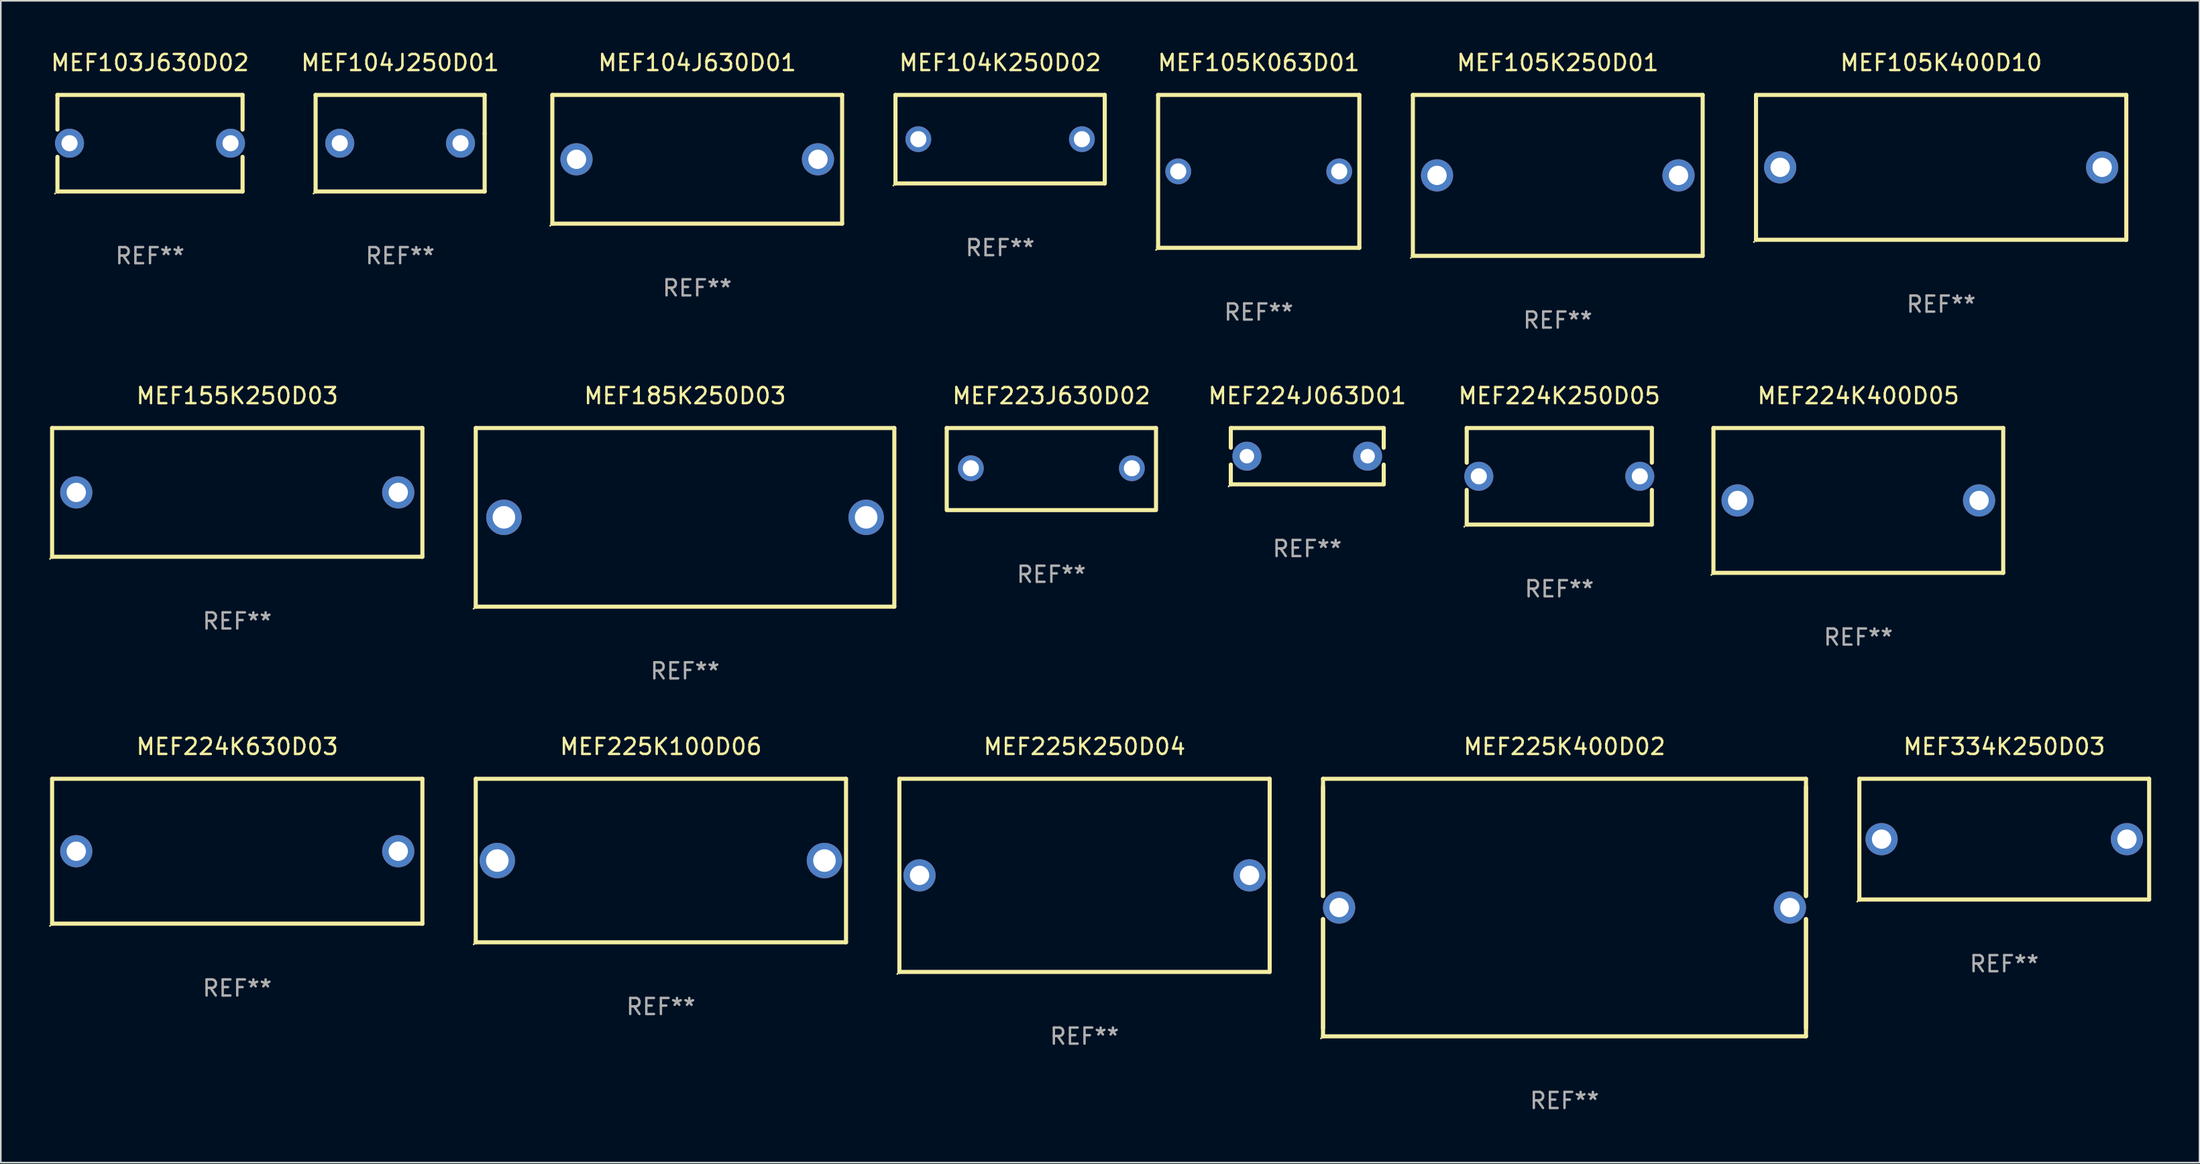
<source format=kicad_pcb>
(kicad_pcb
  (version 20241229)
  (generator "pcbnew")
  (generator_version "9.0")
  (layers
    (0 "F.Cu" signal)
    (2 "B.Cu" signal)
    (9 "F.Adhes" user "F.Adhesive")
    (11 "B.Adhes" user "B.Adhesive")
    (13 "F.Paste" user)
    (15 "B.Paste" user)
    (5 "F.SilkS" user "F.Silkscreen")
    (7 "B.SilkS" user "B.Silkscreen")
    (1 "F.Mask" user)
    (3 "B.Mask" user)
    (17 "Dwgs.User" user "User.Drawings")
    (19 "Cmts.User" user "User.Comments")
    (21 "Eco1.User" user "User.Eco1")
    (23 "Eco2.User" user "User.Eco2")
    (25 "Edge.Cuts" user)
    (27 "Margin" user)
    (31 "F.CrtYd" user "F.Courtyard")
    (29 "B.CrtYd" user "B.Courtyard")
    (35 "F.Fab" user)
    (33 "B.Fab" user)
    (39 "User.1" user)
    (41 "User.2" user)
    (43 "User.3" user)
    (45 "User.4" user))
  (footprint "MEF104J630D01"
    (layer "F.Cu")
    (at 40.258 6.848)
    (property "Reference" "MEF104J630D01" (at 0 -6 0) (layer "F.SilkS") (effects (font (size 1 1) (thickness 0.15))))
    (attr through_hole)
    (fp_line (start -9 -4) (end 9 -4) (stroke (width 0.254) (type solid)) (layer "F.SilkS"))
    (fp_line (start -9 4) (end -9 -4) (stroke (width 0.254) (type solid)) (layer "F.SilkS"))
    (fp_line (start 9 -4) (end 9 4) (stroke (width 0.254) (type solid)) (layer "F.SilkS"))
    (fp_line (start 9 4) (end -9 4) (stroke (width 0.254) (type solid)) (layer "F.SilkS"))
    (fp_circle (center -9.127 4.127) (end -9.097 4.127) (stroke (width 0.06) (type solid)) (fill no) (layer "F.SilkS"))
    (fp_text user "REF**" (at 0 8 0) (layer "F.Fab") (effects (font (size 1 1) (thickness 0.15))))
    (pad "1" thru_hole circle (at -7.5 0) (size 2 2) (drill 1.2) (layers "*.Cu" "*.Mask"))
    (pad "2" thru_hole circle (at 7.5 0) (size 2 2) (drill 1.2) (layers "*.Cu" "*.Mask")))
  (footprint "MEF105K063D01"
    (layer "F.Cu")
    (at 75.136 7.598)
    (property "Reference" "MEF105K063D01" (at 0 -6.75 0) (layer "F.SilkS") (effects (font (size 1 1) (thickness 0.15))))
    (attr through_hole)
    (fp_line (start -6.25 -4.75) (end 6.25 -4.75) (stroke (width 0.254) (type solid)) (layer "F.SilkS"))
    (fp_line (start -6.25 -4.75) (end -6.25 4.75) (stroke (width 0.254) (type solid)) (layer "F.SilkS"))
    (fp_line (start -6.25 4.75) (end 6.25 4.75) (stroke (width 0.254) (type solid)) (layer "F.SilkS"))
    (fp_line (start 6.25 -4.75) (end 6.25 4.75) (stroke (width 0.254) (type solid)) (layer "F.SilkS"))
    (fp_circle (center -6.377 4.877) (end -6.347 4.877) (stroke (width 0.06) (type solid)) (fill no) (layer "F.SilkS"))
    (fp_text user "REF**" (at 0 8.75 0) (layer "F.Fab") (effects (font (size 1 1) (thickness 0.15))))
    (pad "1" thru_hole circle (at -5 0) (size 1.6 1.6) (drill 1) (layers "*.Cu" "*.Mask"))
    (pad "2" thru_hole circle (at 5 0) (size 1.6 1.6) (drill 1) (layers "*.Cu" "*.Mask")))
  (footprint "MEF104J250D01"
    (layer "F.Cu")
    (at 21.804 5.848)
    (property "Reference" "MEF104J250D01" (at 0 -5 0) (layer "F.SilkS") (effects (font (size 1 1) (thickness 0.15))))
    (attr through_hole)
    (fp_line (start -5.25 -3) (end 5.25 -3) (stroke (width 0.254) (type solid)) (layer "F.SilkS"))
    (fp_line (start -5.25 3) (end -5.25 -3) (stroke (width 0.254) (type solid)) (layer "F.SilkS"))
    (fp_line (start 5.25 -0.591) (end 5.25 -3) (stroke (width 0.254) (type solid)) (layer "F.SilkS"))
    (fp_line (start 5.25 3) (end 5.25 -0.591) (stroke (width 0.254) (type solid)) (layer "F.SilkS"))
    (fp_line (start 5.25 3) (end -5.25 3) (stroke (width 0.254) (type solid)) (layer "F.SilkS"))
    (fp_circle (center -5.377 3.127) (end -5.347 3.127) (stroke (width 0.06) (type solid)) (fill no) (layer "F.SilkS"))
    (fp_text user "REF**" (at 0 7 0) (layer "F.Fab") (effects (font (size 1 1) (thickness 0.15))))
    (pad "1" thru_hole circle (at -3.75 0) (size 1.8 1.8) (drill 1) (layers "*.Cu" "*.Mask"))
    (pad "2" thru_hole circle (at 3.75 0) (size 1.8 1.8) (drill 1) (layers "*.Cu" "*.Mask")))
  (footprint "MEF225K100D06"
    (layer "F.Cu")
    (at 38.001 50.421)
    (property "Reference" "MEF225K100D06" (at 0 -7.08 0) (layer "F.SilkS") (effects (font (size 1 1) (thickness 0.15))))
    (attr through_hole)
    (fp_line (start -11.5 -5.08) (end -11.5 5.08) (stroke (width 0.254) (type solid)) (layer "F.SilkS"))
    (fp_line (start -11.5 -5.08) (end 11.5 -5.08) (stroke (width 0.254) (type solid)) (layer "F.SilkS"))
    (fp_line (start 11.5 5.08) (end -11.5 5.08) (stroke (width 0.254) (type solid)) (layer "F.SilkS"))
    (fp_line (start 11.5 5.08) (end 11.5 -5.08) (stroke (width 0.254) (type solid)) (layer "F.SilkS"))
    (fp_circle (center -11.627 5.207) (end -11.597 5.207) (stroke (width 0.06) (type solid)) (fill no) (layer "F.SilkS"))
    (fp_text user "REF**" (at 0 9.08 0) (layer "F.Fab") (effects (font (size 1 1) (thickness 0.15))))
    (pad "1" thru_hole circle (at -10.16 0) (size 2.2 2.2) (drill 1.4) (layers "*.Cu" "*.Mask"))
    (pad "2" thru_hole circle (at 10.16 0) (size 2.2 2.2) (drill 1.4) (layers "*.Cu" "*.Mask")))
  (footprint "MEF103J630D02"
    (layer "F.Cu")
    (at 6.268 5.848)
    (property "Reference" "MEF103J630D02" (at 0 -5 0) (layer "F.SilkS") (effects (font (size 1 1) (thickness 0.15))))
    (attr through_hole)
    (fp_line (start -5.75 -3) (end -5.75 -0.845) (stroke (width 0.254) (type solid)) (layer "F.SilkS"))
    (fp_line (start -5.75 -3) (end 5.75 -3) (stroke (width 0.254) (type solid)) (layer "F.SilkS"))
    (fp_line (start -5.75 0.845) (end -5.75 3) (stroke (width 0.254) (type solid)) (layer "F.SilkS"))
    (fp_line (start 5.75 -3) (end 5.75 -0.847) (stroke (width 0.254) (type solid)) (layer "F.SilkS"))
    (fp_line (start 5.75 0.847) (end 5.75 3) (stroke (width 0.254) (type solid)) (layer "F.SilkS"))
    (fp_line (start 5.75 3) (end -5.75 3) (stroke (width 0.254) (type solid)) (layer "F.SilkS"))
    (fp_circle (center -5.899 3.127) (end -5.869 3.127) (stroke (width 0.06) (type solid)) (fill no) (layer "F.SilkS"))
    (fp_text user "REF**" (at 0 7 0) (layer "F.Fab") (effects (font (size 1 1) (thickness 0.15))))
    (pad "1" thru_hole circle (at -4.999 0) (size 1.8 1.8) (drill 1) (layers "*.Cu" "*.Mask"))
    (pad "2" thru_hole circle (at 5.001 0) (size 1.8 1.8) (drill 1) (layers "*.Cu" "*.Mask")))
  (footprint "MEF334K250D03"
    (layer "F.Cu")
    (at 121.443 49.091)
    (property "Reference" "MEF334K250D03" (at 0 -5.75 0) (layer "F.SilkS") (effects (font (size 1 1) (thickness 0.15))))
    (attr through_hole)
    (fp_line (start -9 -3.75) (end 9 -3.75) (stroke (width 0.254) (type solid)) (layer "F.SilkS"))
    (fp_line (start -9 3.75) (end -9 -3.75) (stroke (width 0.254) (type solid)) (layer "F.SilkS"))
    (fp_line (start 9 -3.75) (end 9 3.75) (stroke (width 0.254) (type solid)) (layer "F.SilkS"))
    (fp_line (start 9 3.75) (end -9 3.75) (stroke (width 0.254) (type solid)) (layer "F.SilkS"))
    (fp_circle (center -9.127 3.877) (end -9.097 3.877) (stroke (width 0.06) (type solid)) (fill no) (layer "F.SilkS"))
    (fp_text user "REF**" (at 0 7.75 0) (layer "F.Fab") (effects (font (size 1 1) (thickness 0.15))))
    (pad "1" thru_hole circle (at -7.62 0) (size 2 2) (drill 1.2) (layers "*.Cu" "*.Mask"))
    (pad "2" thru_hole circle (at 7.62 0) (size 2 2) (drill 1.2) (layers "*.Cu" "*.Mask")))
  (footprint "MEF224K400D05"
    (layer "F.Cu")
    (at 112.379 28.045)
    (property "Reference" "MEF224K400D05" (at 0 -6.5 0) (layer "F.SilkS") (effects (font (size 1 1) (thickness 0.15))))
    (attr through_hole)
    (fp_line (start -9 -4.5) (end 9 -4.5) (stroke (width 0.254) (type solid)) (layer "F.SilkS"))
    (fp_line (start -9 4.5) (end -9 -4.5) (stroke (width 0.254) (type solid)) (layer "F.SilkS"))
    (fp_line (start 9 -4.5) (end 9 4.5) (stroke (width 0.254) (type solid)) (layer "F.SilkS"))
    (fp_line (start 9 4.5) (end -9 4.5) (stroke (width 0.254) (type solid)) (layer "F.SilkS"))
    (fp_circle (center -9.127 4.627) (end -9.097 4.627) (stroke (width 0.06) (type solid)) (fill no) (layer "F.SilkS"))
    (fp_text user "REF**" (at 0 8.5 0) (layer "F.Fab") (effects (font (size 1 1) (thickness 0.15))))
    (pad "1" thru_hole circle (at -7.5 -0.000127) (size 2 2) (drill 1.2) (layers "*.Cu" "*.Mask"))
    (pad "2" thru_hole circle (at 7.5 -0.000127) (size 2 2) (drill 1.2) (layers "*.Cu" "*.Mask")))
  (footprint "MEF104K250D02"
    (layer "F.Cu")
    (at 59.072 5.598)
    (property "Reference" "MEF104K250D02" (at 0 -4.75 0) (layer "F.SilkS") (effects (font (size 1 1) (thickness 0.15))))
    (attr through_hole)
    (fp_line (start -6.5 -2.75) (end 6.5 -2.75) (stroke (width 0.254) (type solid)) (layer "F.SilkS"))
    (fp_line (start -6.5 2.75) (end -6.5 -2.75) (stroke (width 0.254) (type solid)) (layer "F.SilkS"))
    (fp_line (start 6.5 -2.75) (end 6.5 2.75) (stroke (width 0.254) (type solid)) (layer "F.SilkS"))
    (fp_line (start 6.5 2.75) (end -6.5 2.75) (stroke (width 0.254) (type solid)) (layer "F.SilkS"))
    (fp_circle (center -6.627 2.877) (end -6.597 2.877) (stroke (width 0.06) (type solid)) (fill no) (layer "F.SilkS"))
    (fp_text user "REF**" (at 0 6.75 0) (layer "F.Fab") (effects (font (size 1 1) (thickness 0.15))))
    (pad "1" thru_hole circle (at -5.08 -0.000013) (size 1.6 1.6) (drill 1) (layers "*.Cu" "*.Mask"))
    (pad "2" thru_hole circle (at 5.08 -0.000013) (size 1.6 1.6) (drill 1) (layers "*.Cu" "*.Mask")))
  (footprint "MEF224K630D03"
    (layer "F.Cu")
    (at 11.687 49.846)
    (property "Reference" "MEF224K630D03" (at 0 -6.505 0) (layer "F.SilkS") (effects (font (size 1 1) (thickness 0.15))))
    (attr through_hole)
    (fp_line (start -11.5 -4.505) (end -11.5 4.495) (stroke (width 0.254) (type solid)) (layer "F.SilkS"))
    (fp_line (start -11.5 -4.505) (end 11.5 -4.505) (stroke (width 0.254) (type solid)) (layer "F.SilkS"))
    (fp_line (start -11.5 4.495) (end 11.5 4.495) (stroke (width 0.254) (type solid)) (layer "F.SilkS"))
    (fp_line (start 11.5 -4.505) (end 11.5 4.505) (stroke (width 0.254) (type solid)) (layer "F.SilkS"))
    (fp_circle (center -11.627 4.632) (end -11.597 4.632) (stroke (width 0.06) (type solid)) (fill no) (layer "F.SilkS"))
    (fp_text user "REF**" (at 0 8.505 0) (layer "F.Fab") (effects (font (size 1 1) (thickness 0.15))))
    (pad "1" thru_hole circle (at -10 -0.005) (size 2 2) (drill 1.2) (layers "*.Cu" "*.Mask"))
    (pad "2" thru_hole circle (at 10 -0.005) (size 2 2) (drill 1.2) (layers "*.Cu" "*.Mask")))
  (footprint "MEF224K250D05"
    (layer "F.Cu")
    (at 93.805 26.545)
    (property "Reference" "MEF224K250D05" (at 0 -5 0) (layer "F.SilkS") (effects (font (size 1 1) (thickness 0.15))))
    (attr through_hole)
    (fp_line (start -5.75 -3) (end -5.75 -0.845) (stroke (width 0.254) (type solid)) (layer "F.SilkS"))
    (fp_line (start -5.75 -3) (end 5.75 -3) (stroke (width 0.254) (type solid)) (layer "F.SilkS"))
    (fp_line (start -5.75 0.845) (end -5.75 3) (stroke (width 0.254) (type solid)) (layer "F.SilkS"))
    (fp_line (start 5.75 -3) (end 5.75 -0.847) (stroke (width 0.254) (type solid)) (layer "F.SilkS"))
    (fp_line (start 5.75 0.847) (end 5.75 3) (stroke (width 0.254) (type solid)) (layer "F.SilkS"))
    (fp_line (start 5.75 3) (end -5.75 3) (stroke (width 0.254) (type solid)) (layer "F.SilkS"))
    (fp_circle (center -5.899 3.127) (end -5.869 3.127) (stroke (width 0.06) (type solid)) (fill no) (layer "F.SilkS"))
    (fp_text user "REF**" (at 0 7 0) (layer "F.Fab") (effects (font (size 1 1) (thickness 0.15))))
    (pad "1" thru_hole circle (at -4.999 0) (size 1.8 1.8) (drill 1) (layers "*.Cu" "*.Mask"))
    (pad "2" thru_hole circle (at 5.001 0) (size 1.8 1.8) (drill 1) (layers "*.Cu" "*.Mask")))
  (footprint "MEF225K400D02"
    (layer "F.Cu")
    (at 94.129 53.341)
    (property "Reference" "MEF225K400D02" (at 0 -10 0) (layer "F.SilkS") (effects (font (size 1 1) (thickness 0.15))))
    (attr through_hole)
    (fp_line (start -15 -8) (end -15 -0.717) (stroke (width 0.254) (type solid)) (layer "F.SilkS"))
    (fp_line (start -15 -8) (end 15 -8) (stroke (width 0.254) (type solid)) (layer "F.SilkS"))
    (fp_line (start -15 -7.5) (end -15 -0.717) (stroke (width 0.254) (type solid)) (layer "F.SilkS"))
    (fp_line (start -15 0.717) (end -15 7.5) (stroke (width 0.254) (type solid)) (layer "F.SilkS"))
    (fp_line (start -15 0.717) (end -15 8) (stroke (width 0.254) (type solid)) (layer "F.SilkS"))
    (fp_line (start 15 -8) (end 15 -0.717) (stroke (width 0.254) (type solid)) (layer "F.SilkS"))
    (fp_line (start 15 -7.5) (end 15 -0.717) (stroke (width 0.254) (type solid)) (layer "F.SilkS"))
    (fp_line (start 15 0.717) (end 15 7.5) (stroke (width 0.254) (type solid)) (layer "F.SilkS"))
    (fp_line (start 15 0.717) (end 15 8) (stroke (width 0.254) (type solid)) (layer "F.SilkS"))
    (fp_line (start 15 8) (end -15 8) (stroke (width 0.254) (type solid)) (layer "F.SilkS"))
    (fp_circle (center -15.127 8.127) (end -15.097 8.127) (stroke (width 0.06) (type solid)) (fill no) (layer "F.SilkS"))
    (fp_text user "REF**" (at 0 12 0) (layer "F.Fab") (effects (font (size 1 1) (thickness 0.15))))
    (pad "1" thru_hole circle (at -14.001 0) (size 2 2) (drill 1.2) (layers "*.Cu" "*.Mask"))
    (pad "2" thru_hole circle (at 14.001 0) (size 2 2) (drill 1.2) (layers "*.Cu" "*.Mask")))
  (footprint "MEF105K400D10"
    (layer "F.Cu")
    (at 117.524 7.353)
    (property "Reference" "MEF105K400D10" (at 0 -6.505 0) (layer "F.SilkS") (effects (font (size 1 1) (thickness 0.15))))
    (attr through_hole)
    (fp_line (start -11.5 -4.505) (end -11.5 4.495) (stroke (width 0.254) (type solid)) (layer "F.SilkS"))
    (fp_line (start -11.5 -4.505) (end 11.5 -4.505) (stroke (width 0.254) (type solid)) (layer "F.SilkS"))
    (fp_line (start -11.5 4.495) (end 11.5 4.495) (stroke (width 0.254) (type solid)) (layer "F.SilkS"))
    (fp_line (start 11.5 -4.505) (end 11.5 4.505) (stroke (width 0.254) (type solid)) (layer "F.SilkS"))
    (fp_circle (center -11.627 4.632) (end -11.597 4.632) (stroke (width 0.06) (type solid)) (fill no) (layer "F.SilkS"))
    (fp_text user "REF**" (at 0 8.505 0) (layer "F.Fab") (effects (font (size 1 1) (thickness 0.15))))
    (pad "1" thru_hole circle (at -10 -0.005) (size 2 2) (drill 1.2) (layers "*.Cu" "*.Mask"))
    (pad "2" thru_hole circle (at 10 -0.005) (size 2 2) (drill 1.2) (layers "*.Cu" "*.Mask")))
  (footprint "MEF185K250D03"
    (layer "F.Cu")
    (at 39.501 29.095)
    (property "Reference" "MEF185K250D03" (at 0 -7.55 0) (layer "F.SilkS") (effects (font (size 1 1) (thickness 0.15))))
    (attr through_hole)
    (fp_line (start -13 -5.55) (end 13 -5.55) (stroke (width 0.254) (type solid)) (layer "F.SilkS"))
    (fp_line (start -13 5.55) (end -13 -5.55) (stroke (width 0.254) (type solid)) (layer "F.SilkS"))
    (fp_line (start 13 -5.55) (end 13 5.55) (stroke (width 0.254) (type solid)) (layer "F.SilkS"))
    (fp_line (start 13 5.55) (end -13 5.55) (stroke (width 0.254) (type solid)) (layer "F.SilkS"))
    (fp_circle (center -13.127 5.677) (end -13.097 5.677) (stroke (width 0.06) (type solid)) (fill no) (layer "F.SilkS"))
    (fp_text user "REF**" (at 0 9.55 0) (layer "F.Fab") (effects (font (size 1 1) (thickness 0.15))))
    (pad "1" thru_hole circle (at -11.25 0) (size 2.2 2.2) (drill 1.4) (layers "*.Cu" "*.Mask"))
    (pad "2" thru_hole circle (at 11.25 0) (size 2.2 2.2) (drill 1.4) (layers "*.Cu" "*.Mask")))
  (footprint "MEF225K250D04"
    (layer "F.Cu")
    (at 64.315 51.341)
    (property "Reference" "MEF225K250D04" (at 0 -8 0) (layer "F.SilkS") (effects (font (size 1 1) (thickness 0.15))))
    (attr through_hole)
    (fp_line (start -11.5 -6) (end 11.5 -6) (stroke (width 0.254) (type solid)) (layer "F.SilkS"))
    (fp_line (start -11.5 6) (end -11.5 -6) (stroke (width 0.254) (type solid)) (layer "F.SilkS"))
    (fp_line (start 11.5 -6) (end 11.5 6) (stroke (width 0.254) (type solid)) (layer "F.SilkS"))
    (fp_line (start 11.5 6) (end -11.5 6) (stroke (width 0.254) (type solid)) (layer "F.SilkS"))
    (fp_circle (center -11.627 6.127) (end -11.597 6.127) (stroke (width 0.06) (type solid)) (fill no) (layer "F.SilkS"))
    (fp_text user "REF**" (at 0 10 0) (layer "F.Fab") (effects (font (size 1 1) (thickness 0.15))))
    (pad "1" thru_hole circle (at -10.249 0) (size 2 2) (drill 1.2) (layers "*.Cu" "*.Mask"))
    (pad "2" thru_hole circle (at 10.249 0) (size 2 2) (drill 1.2) (layers "*.Cu" "*.Mask")))
  (footprint "MEF155K250D03"
    (layer "F.Cu")
    (at 11.687 27.545)
    (property "Reference" "MEF155K250D03" (at 0 -6 0) (layer "F.SilkS") (effects (font (size 1 1) (thickness 0.15))))
    (attr through_hole)
    (fp_line (start -11.5 -4) (end -11.5 4) (stroke (width 0.254) (type solid)) (layer "F.SilkS"))
    (fp_line (start -11.5 -4) (end 11.5 -4) (stroke (width 0.254) (type solid)) (layer "F.SilkS"))
    (fp_line (start -11.5 4) (end 11.5 4) (stroke (width 0.254) (type solid)) (layer "F.SilkS"))
    (fp_line (start 11.5 -4) (end 11.5 4) (stroke (width 0.254) (type solid)) (layer "F.SilkS"))
    (fp_circle (center -11.627 4.127) (end -11.597 4.127) (stroke (width 0.06) (type solid)) (fill no) (layer "F.SilkS"))
    (fp_text user "REF**" (at 0 8 0) (layer "F.Fab") (effects (font (size 1 1) (thickness 0.15))))
    (pad "1" thru_hole circle (at -10 0) (size 2 2) (drill 1.2) (layers "*.Cu" "*.Mask"))
    (pad "2" thru_hole circle (at 10 0) (size 2 2) (drill 1.2) (layers "*.Cu" "*.Mask")))
  (footprint "MEF223J630D02"
    (layer "F.Cu")
    (at 62.255 26.095)
    (property "Reference" "MEF223J630D02" (at 0 -4.55 0) (layer "F.SilkS") (effects (font (size 1 1) (thickness 0.15))))
    (attr through_hole)
    (fp_line (start -6.5 -2.55) (end 6.5 -2.55) (stroke (width 0.254) (type solid)) (layer "F.SilkS"))
    (fp_line (start -6.5 2.45) (end -6.5 -2.55) (stroke (width 0.254) (type solid)) (layer "F.SilkS"))
    (fp_line (start 6.5 -2.55) (end 6.5 2.45) (stroke (width 0.254) (type solid)) (layer "F.SilkS"))
    (fp_line (start 6.5 2.55) (end -6.5 2.55) (stroke (width 0.254) (type solid)) (layer "F.SilkS"))
    (fp_circle (center -6.5 2.45) (end -6.47 2.45) (stroke (width 0.06) (type solid)) (fill no) (layer "F.SilkS"))
    (fp_text user "REF**" (at 0 6.55 0) (layer "F.Fab") (effects (font (size 1 1) (thickness 0.15))))
    (pad "1" thru_hole circle (at -5 -0.05) (size 1.6 1.6) (drill 1) (layers "*.Cu" "*.Mask"))
    (pad "2" thru_hole circle (at 5 -0.05) (size 1.6 1.6) (drill 1) (layers "*.Cu" "*.Mask")))
  (footprint "MEF105K250D01"
    (layer "F.Cu")
    (at 93.71 7.848)
    (property "Reference" "MEF105K250D01" (at 0 -7 0) (layer "F.SilkS") (effects (font (size 1 1) (thickness 0.15))))
    (attr through_hole)
    (fp_line (start -9 -5) (end -9 4.98) (stroke (width 0.254) (type solid)) (layer "F.SilkS"))
    (fp_line (start -9 -5) (end 9 -5) (stroke (width 0.254) (type solid)) (layer "F.SilkS"))
    (fp_line (start -9 5) (end 9 5) (stroke (width 0.254) (type solid)) (layer "F.SilkS"))
    (fp_line (start 9 -5) (end 9 5) (stroke (width 0.254) (type solid)) (layer "F.SilkS"))
    (fp_circle (center -9.127 5.127) (end -9.097 5.127) (stroke (width 0.06) (type solid)) (fill no) (layer "F.SilkS"))
    (fp_text user "REF**" (at 0 9 0) (layer "F.Fab") (effects (font (size 1 1) (thickness 0.15))))
    (pad "1" thru_hole circle (at -7.5 0) (size 2 2) (drill 1.2) (layers "*.Cu" "*.Mask"))
    (pad "2" thru_hole circle (at 7.5 0) (size 2 2) (drill 1.2) (layers "*.Cu" "*.Mask")))
  (footprint "MEF224J063D01"
    (layer "F.Cu")
    (at 78.15 25.295)
    (property "Reference" "MEF224J063D01" (at 0 -3.75 0) (layer "F.SilkS") (effects (font (size 1 1) (thickness 0.15))))
    (attr through_hole)
    (fp_line (start -4.75 -1.75) (end -4.75 -0.524) (stroke (width 0.254) (type solid)) (layer "F.SilkS"))
    (fp_line (start -4.75 -1.75) (end 4.75 -1.75) (stroke (width 0.254) (type solid)) (layer "F.SilkS"))
    (fp_line (start -4.75 0.524) (end -4.75 1.75) (stroke (width 0.254) (type solid)) (layer "F.SilkS"))
    (fp_line (start 4.75 -1.75) (end 4.75 -0.524) (stroke (width 0.254) (type solid)) (layer "F.SilkS"))
    (fp_line (start 4.75 0.524) (end 4.75 1.75) (stroke (width 0.254) (type solid)) (layer "F.SilkS"))
    (fp_line (start 4.75 1.75) (end -4.75 1.75) (stroke (width 0.254) (type solid)) (layer "F.SilkS"))
    (fp_circle (center -4.877 1.877) (end -4.847 1.877) (stroke (width 0.06) (type solid)) (fill no) (layer "F.SilkS"))
    (fp_text user "REF**" (at 0 5.75 0) (layer "F.Fab") (effects (font (size 1 1) (thickness 0.15))))
    (pad "1" thru_hole circle (at -3.749 0) (size 1.8 1.8) (drill 0.9) (layers "*.Cu" "*.Mask"))
    (pad "2" thru_hole circle (at 3.749 0) (size 1.8 1.8) (drill 0.9) (layers "*.Cu" "*.Mask")))
  (gr_rect
    (start -3 -3)
    (end 133.57 69.19)
    (stroke (width 0.1) (type default))
    (fill no)
    (layer "Edge.Cuts")))
</source>
